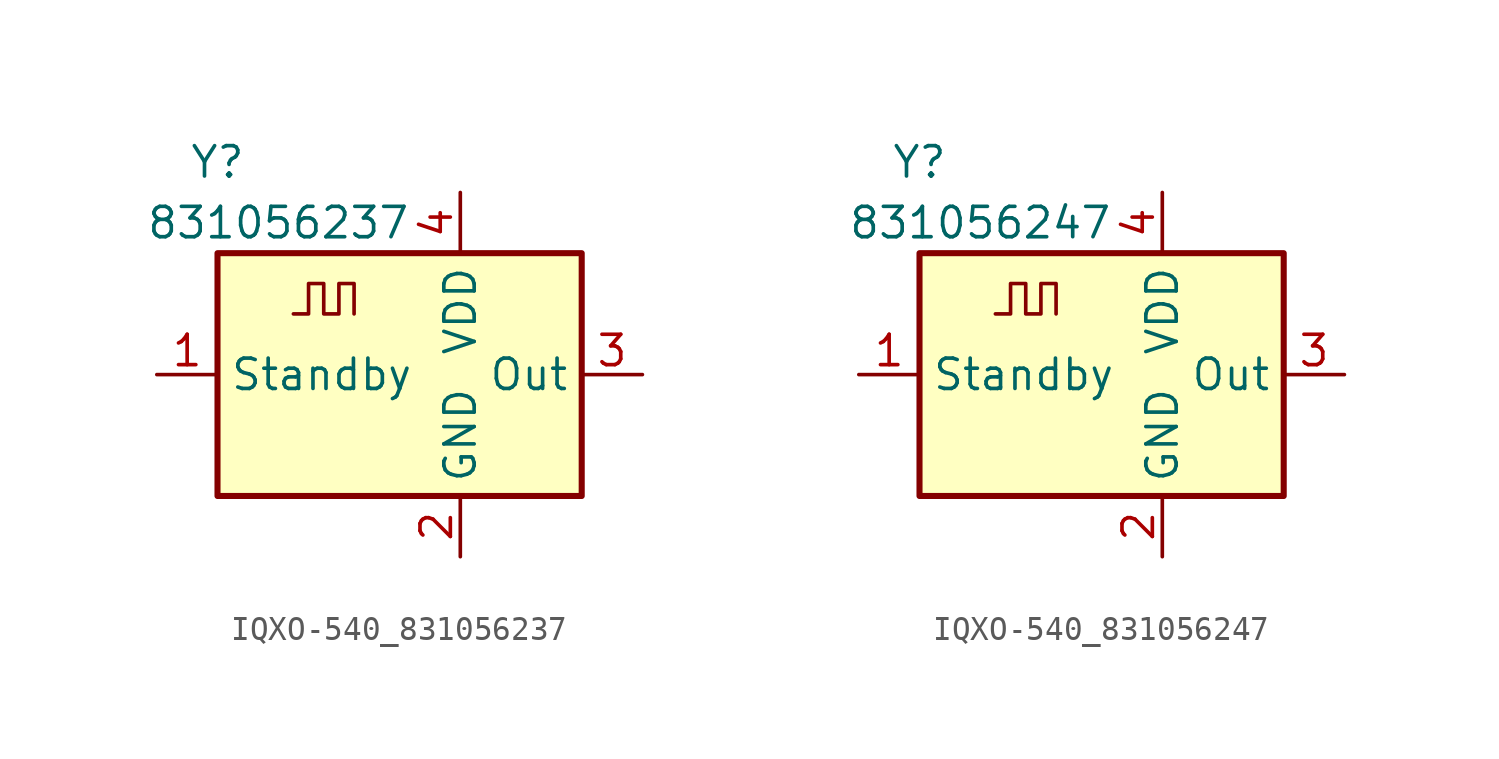
<source format=kicad_sym>
(kicad_symbol_lib
  (version 20231120)
  (generator "kicad_symbol_editor")
  (generator_version "8.0")
  (symbol "IQXO-540_831056237"
    (property "Reference" "Y"
      (at -10.16 8.89 0)
      (effects (font (size 1.27 1.27))))
    (property "Value" "831056237"
      (at -7.62 6.35 0)
      (effects (font (size 1.27 1.27))))
    (symbol "IQXO-540_831056237_1_1"
      (rectangle (start -10.16 5.08) (end 5.08 -5.08) (stroke (width 0.254) (type default)) (fill (type background)))
      (polyline (pts (xy -6.985 2.54) (xy -6.35 2.54) (xy -6.35 3.81) (xy -5.715 3.81) (xy -5.715 2.54) (xy -5.08 2.54) (xy -5.08 3.81) (xy -4.445 3.81) (xy -4.445 2.54)) (stroke (width 0) (type default)) (fill (type none)))
      (pin input line (at -12.7 0 0) (length 2.54) (name "Standby" (effects (font (size 1.27 1.27)))) (number "1" (effects (font (size 1.27 1.27)))))
      (pin power_in line (at 0 -7.62 90) (length 2.54) (name "GND" (effects (font (size 1.27 1.27)))) (number "2" (effects (font (size 1.27 1.27)))))
      (pin output line (at 7.62 0 180) (length 2.54) (name "Out" (effects (font (size 1.27 1.27)))) (number "3" (effects (font (size 1.27 1.27)))))
      (pin power_in line (at 0 7.62 270) (length 2.54) (name "VDD" (effects (font (size 1.27 1.27)))) (number "4" (effects (font (size 1.27 1.27)))))))
  (symbol "IQXO-540_831056247"
    (property "Reference" "Y"
      (at -10.16 8.89 0)
      (effects (font (size 1.27 1.27))))
    (property "Value" "831056247"
      (at -7.62 6.35 0)
      (effects (font (size 1.27 1.27))))
    (symbol "IQXO-540_831056247_1_1"
      (rectangle (start -10.16 5.08) (end 5.08 -5.08) (stroke (width 0.254) (type default)) (fill (type background)))
      (polyline (pts (xy -6.985 2.54) (xy -6.35 2.54) (xy -6.35 3.81) (xy -5.715 3.81) (xy -5.715 2.54) (xy -5.08 2.54) (xy -5.08 3.81) (xy -4.445 3.81) (xy -4.445 2.54)) (stroke (width 0) (type default)) (fill (type none)))
      (pin input line (at -12.7 0 0) (length 2.54) (name "Standby" (effects (font (size 1.27 1.27)))) (number "1" (effects (font (size 1.27 1.27)))))
      (pin power_in line (at 0 -7.62 90) (length 2.54) (name "GND" (effects (font (size 1.27 1.27)))) (number "2" (effects (font (size 1.27 1.27)))))
      (pin output line (at 7.62 0 180) (length 2.54) (name "Out" (effects (font (size 1.27 1.27)))) (number "3" (effects (font (size 1.27 1.27)))))
      (pin power_in line (at 0 7.62 270) (length 2.54) (name "VDD" (effects (font (size 1.27 1.27)))) (number "4" (effects (font (size 1.27 1.27))))))))
</source>
